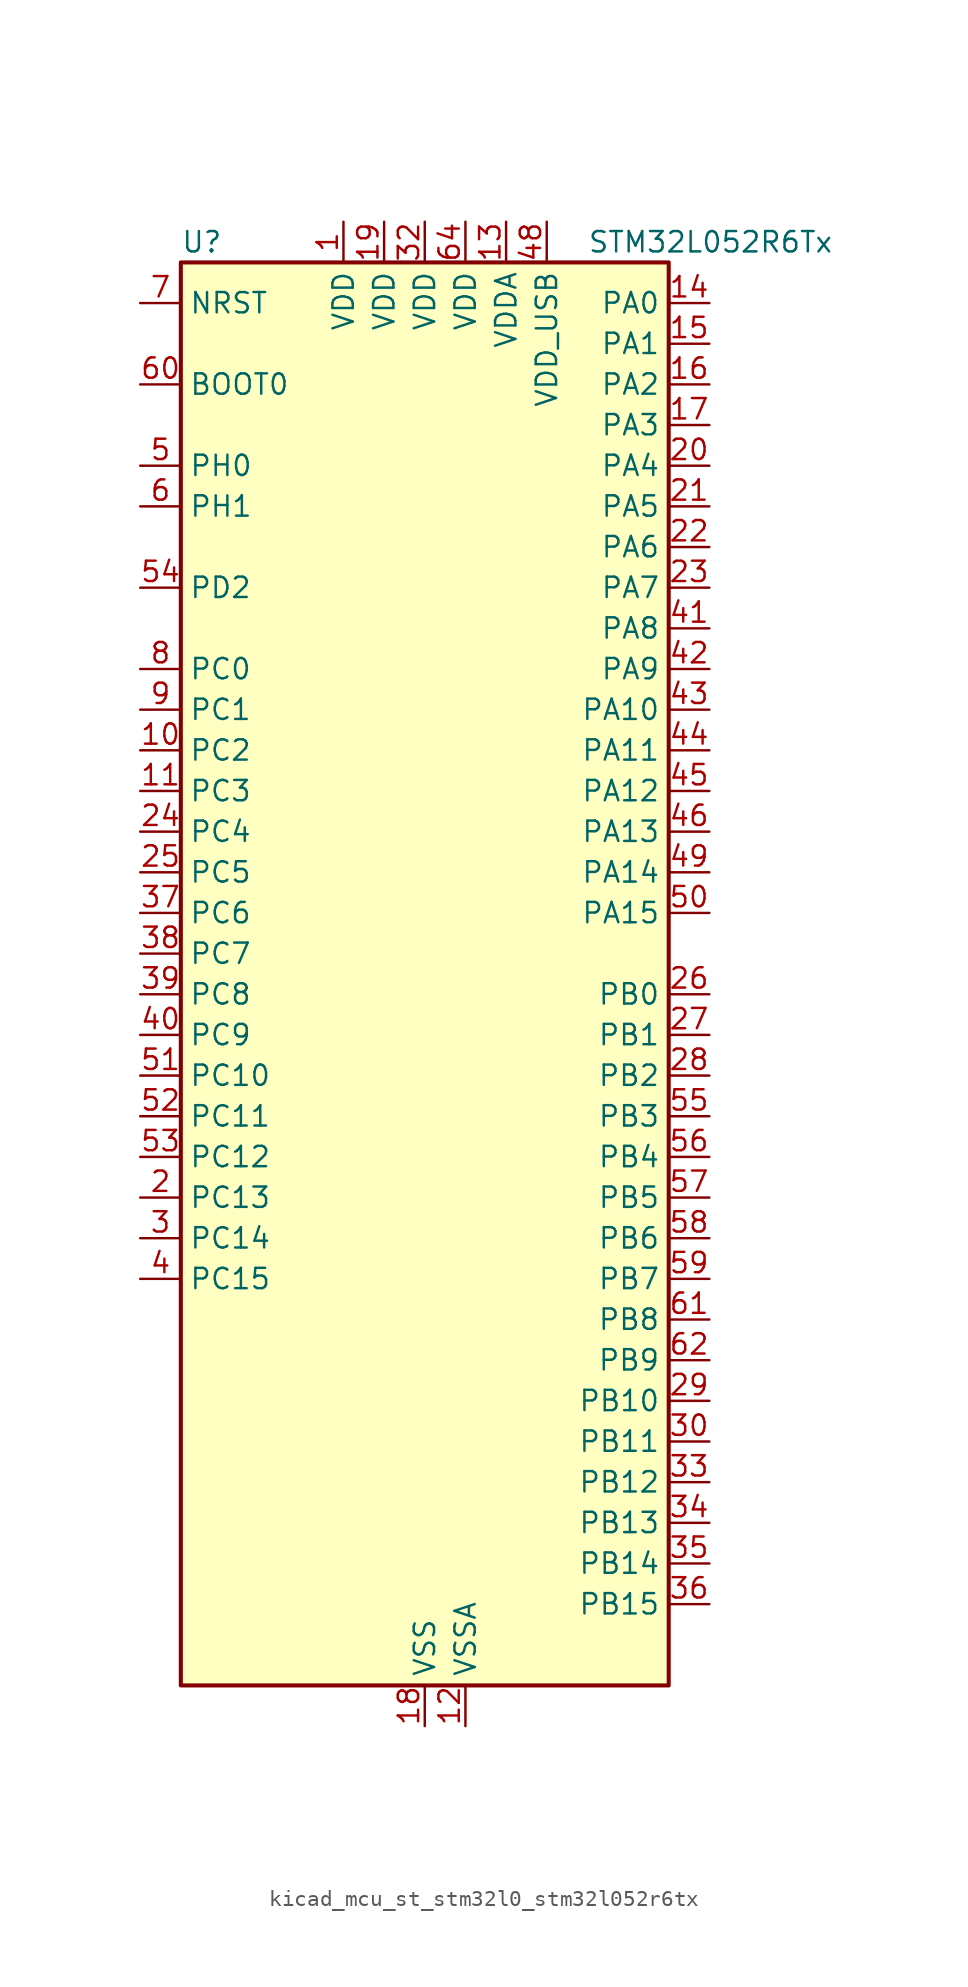
<source format=kicad_sym>
(kicad_symbol_lib
  (version 20220914)
  (generator kicad_symbol_editor)
  (symbol "kicad_mcu_st_stm32l0_stm32l052r6tx"
    (property "Reference" "U"
      (at -15.24 46.99 0)
      (effects (font (size 1.27 1.27)) (justify left)))
    (property "Value" "STM32L052R6Tx"
      (at 10.16 46.99 0)
      (effects (font (size 1.27 1.27)) (justify left)))
    (property "ki_locked" ""
      (at 0 0 0)
      (effects (font (size 1.27 1.27))))
    (symbol "kicad_mcu_st_stm32l0_stm32l052r6tx_0_1"
      (rectangle (start -15.24 -43.18) (end 15.24 45.72) (stroke (width 0.254) (type default)) (fill (type background))))
    (symbol "kicad_mcu_st_stm32l0_stm32l052r6tx_1_1"
      (pin power_in line (at -5.08 48.26 270) (length 2.54) (name "VDD" (effects (font (size 1.27 1.27)))) (number "1" (effects (font (size 1.27 1.27)))))
      (pin bidirectional line (at -17.78 15.24 0) (length 2.54) (name "PC2" (effects (font (size 1.27 1.27)))) (number "10" (effects (font (size 1.27 1.27)))) (alternate "ADC_IN12" bidirectional line) (alternate "I2S2_MCK" bidirectional line) (alternate "LPTIM1_IN2" bidirectional line) (alternate "SPI2_MISO" bidirectional line) (alternate "TSC_G7_IO3" bidirectional line))
      (pin bidirectional line (at -17.78 12.7 0) (length 2.54) (name "PC3" (effects (font (size 1.27 1.27)))) (number "11" (effects (font (size 1.27 1.27)))) (alternate "ADC_IN13" bidirectional line) (alternate "I2S2_SD" bidirectional line) (alternate "LPTIM1_ETR" bidirectional line) (alternate "SPI2_MOSI" bidirectional line) (alternate "TSC_G7_IO4" bidirectional line))
      (pin power_in line (at 2.54 -45.72 90) (length 2.54) (name "VSSA" (effects (font (size 1.27 1.27)))) (number "12" (effects (font (size 1.27 1.27)))))
      (pin power_in line (at 5.08 48.26 270) (length 2.54) (name "VDDA" (effects (font (size 1.27 1.27)))) (number "13" (effects (font (size 1.27 1.27)))))
      (pin bidirectional line (at 17.78 43.18 180) (length 2.54) (name "PA0" (effects (font (size 1.27 1.27)))) (number "14" (effects (font (size 1.27 1.27)))) (alternate "ADC_IN0" bidirectional line) (alternate "COMP1_INM" bidirectional line) (alternate "COMP1_OUT" bidirectional line) (alternate "RTC_TAMP2" bidirectional line) (alternate "SYS_WKUP1" bidirectional line) (alternate "TIM2_CH1" bidirectional line) (alternate "TIM2_ETR" bidirectional line) (alternate "TSC_G1_IO1" bidirectional line) (alternate "USART2_CTS" bidirectional line))
      (pin bidirectional line (at 17.78 40.64 180) (length 2.54) (name "PA1" (effects (font (size 1.27 1.27)))) (number "15" (effects (font (size 1.27 1.27)))) (alternate "ADC_IN1" bidirectional line) (alternate "COMP1_INP" bidirectional line) (alternate "TIM21_ETR" bidirectional line) (alternate "TIM2_CH2" bidirectional line) (alternate "TSC_G1_IO2" bidirectional line) (alternate "USART2_DE" bidirectional line) (alternate "USART2_RTS" bidirectional line))
      (pin bidirectional line (at 17.78 38.1 180) (length 2.54) (name "PA2" (effects (font (size 1.27 1.27)))) (number "16" (effects (font (size 1.27 1.27)))) (alternate "ADC_IN2" bidirectional line) (alternate "COMP2_INM" bidirectional line) (alternate "COMP2_OUT" bidirectional line) (alternate "TIM21_CH1" bidirectional line) (alternate "TIM2_CH3" bidirectional line) (alternate "TSC_G1_IO3" bidirectional line) (alternate "USART2_TX" bidirectional line))
      (pin bidirectional line (at 17.78 35.56 180) (length 2.54) (name "PA3" (effects (font (size 1.27 1.27)))) (number "17" (effects (font (size 1.27 1.27)))) (alternate "ADC_IN3" bidirectional line) (alternate "COMP2_INP" bidirectional line) (alternate "TIM21_CH2" bidirectional line) (alternate "TIM2_CH4" bidirectional line) (alternate "TSC_G1_IO4" bidirectional line) (alternate "USART2_RX" bidirectional line))
      (pin power_in line (at 0 -45.72 90) (length 2.54) (name "VSS" (effects (font (size 1.27 1.27)))) (number "18" (effects (font (size 1.27 1.27)))))
      (pin power_in line (at -2.54 48.26 270) (length 2.54) (name "VDD" (effects (font (size 1.27 1.27)))) (number "19" (effects (font (size 1.27 1.27)))))
      (pin bidirectional line (at -17.78 -12.7 0) (length 2.54) (name "PC13" (effects (font (size 1.27 1.27)))) (number "2" (effects (font (size 1.27 1.27)))) (alternate "RTC_OUT_ALARM" bidirectional line) (alternate "RTC_OUT_CALIB" bidirectional line) (alternate "RTC_TAMP1" bidirectional line) (alternate "RTC_TS" bidirectional line) (alternate "SYS_WKUP2" bidirectional line))
      (pin bidirectional line (at 17.78 33.02 180) (length 2.54) (name "PA4" (effects (font (size 1.27 1.27)))) (number "20" (effects (font (size 1.27 1.27)))) (alternate "ADC_IN4" bidirectional line) (alternate "COMP1_INM" bidirectional line) (alternate "COMP2_INM" bidirectional line) (alternate "DAC_OUT1" bidirectional line) (alternate "SPI1_NSS" bidirectional line) (alternate "TIM22_ETR" bidirectional line) (alternate "TSC_G2_IO1" bidirectional line) (alternate "USART2_CK" bidirectional line))
      (pin bidirectional line (at 17.78 30.48 180) (length 2.54) (name "PA5" (effects (font (size 1.27 1.27)))) (number "21" (effects (font (size 1.27 1.27)))) (alternate "ADC_IN5" bidirectional line) (alternate "COMP1_INM" bidirectional line) (alternate "COMP2_INM" bidirectional line) (alternate "SPI1_SCK" bidirectional line) (alternate "TIM2_CH1" bidirectional line) (alternate "TIM2_ETR" bidirectional line) (alternate "TSC_G2_IO2" bidirectional line))
      (pin bidirectional line (at 17.78 27.94 180) (length 2.54) (name "PA6" (effects (font (size 1.27 1.27)))) (number "22" (effects (font (size 1.27 1.27)))) (alternate "ADC_IN6" bidirectional line) (alternate "COMP1_OUT" bidirectional line) (alternate "LPUART1_CTS" bidirectional line) (alternate "SPI1_MISO" bidirectional line) (alternate "TIM22_CH1" bidirectional line) (alternate "TSC_G2_IO3" bidirectional line))
      (pin bidirectional line (at 17.78 25.4 180) (length 2.54) (name "PA7" (effects (font (size 1.27 1.27)))) (number "23" (effects (font (size 1.27 1.27)))) (alternate "ADC_IN7" bidirectional line) (alternate "COMP2_OUT" bidirectional line) (alternate "SPI1_MOSI" bidirectional line) (alternate "TIM22_CH2" bidirectional line) (alternate "TSC_G2_IO4" bidirectional line))
      (pin bidirectional line (at -17.78 10.16 0) (length 2.54) (name "PC4" (effects (font (size 1.27 1.27)))) (number "24" (effects (font (size 1.27 1.27)))) (alternate "ADC_IN14" bidirectional line) (alternate "LPUART1_TX" bidirectional line))
      (pin bidirectional line (at -17.78 7.62 0) (length 2.54) (name "PC5" (effects (font (size 1.27 1.27)))) (number "25" (effects (font (size 1.27 1.27)))) (alternate "ADC_IN15" bidirectional line) (alternate "LPUART1_RX" bidirectional line) (alternate "TSC_G3_IO1" bidirectional line))
      (pin bidirectional line (at 17.78 0 180) (length 2.54) (name "PB0" (effects (font (size 1.27 1.27)))) (number "26" (effects (font (size 1.27 1.27)))) (alternate "ADC_IN8" bidirectional line) (alternate "SYS_VREF_OUT_PB0" bidirectional line) (alternate "TSC_G3_IO2" bidirectional line))
      (pin bidirectional line (at 17.78 -2.54 180) (length 2.54) (name "PB1" (effects (font (size 1.27 1.27)))) (number "27" (effects (font (size 1.27 1.27)))) (alternate "ADC_IN9" bidirectional line) (alternate "LPUART1_DE" bidirectional line) (alternate "LPUART1_RTS" bidirectional line) (alternate "SYS_VREF_OUT_PB1" bidirectional line) (alternate "TSC_G3_IO3" bidirectional line))
      (pin bidirectional line (at 17.78 -5.08 180) (length 2.54) (name "PB2" (effects (font (size 1.27 1.27)))) (number "28" (effects (font (size 1.27 1.27)))) (alternate "LPTIM1_OUT" bidirectional line) (alternate "TSC_G3_IO4" bidirectional line))
      (pin bidirectional line (at 17.78 -25.4 180) (length 2.54) (name "PB10" (effects (font (size 1.27 1.27)))) (number "29" (effects (font (size 1.27 1.27)))) (alternate "I2C2_SCL" bidirectional line) (alternate "LPUART1_TX" bidirectional line) (alternate "SPI2_SCK" bidirectional line) (alternate "TIM2_CH3" bidirectional line) (alternate "TSC_SYNC" bidirectional line))
      (pin bidirectional line (at -17.78 -15.24 0) (length 2.54) (name "PC14" (effects (font (size 1.27 1.27)))) (number "3" (effects (font (size 1.27 1.27)))) (alternate "RCC_OSC32_IN" bidirectional line))
      (pin bidirectional line (at 17.78 -27.94 180) (length 2.54) (name "PB11" (effects (font (size 1.27 1.27)))) (number "30" (effects (font (size 1.27 1.27)))) (alternate "ADC_EXTI11" bidirectional line) (alternate "I2C2_SDA" bidirectional line) (alternate "LPUART1_RX" bidirectional line) (alternate "TIM2_CH4" bidirectional line) (alternate "TSC_G6_IO1" bidirectional line))
      (pin passive line (at 0 -45.72 90) (length 2.54) hide (name "VSS" (effects (font (size 1.27 1.27)))) (number "31" (effects (font (size 1.27 1.27)))))
      (pin power_in line (at 0 48.26 270) (length 2.54) (name "VDD" (effects (font (size 1.27 1.27)))) (number "32" (effects (font (size 1.27 1.27)))))
      (pin bidirectional line (at 17.78 -30.48 180) (length 2.54) (name "PB12" (effects (font (size 1.27 1.27)))) (number "33" (effects (font (size 1.27 1.27)))) (alternate "I2S2_WS" bidirectional line) (alternate "LPUART1_DE" bidirectional line) (alternate "LPUART1_RTS" bidirectional line) (alternate "SPI2_NSS" bidirectional line) (alternate "TSC_G6_IO2" bidirectional line))
      (pin bidirectional line (at 17.78 -33.02 180) (length 2.54) (name "PB13" (effects (font (size 1.27 1.27)))) (number "34" (effects (font (size 1.27 1.27)))) (alternate "I2C2_SCL" bidirectional line) (alternate "I2S2_CK" bidirectional line) (alternate "LPUART1_CTS" bidirectional line) (alternate "SPI2_SCK" bidirectional line) (alternate "TIM21_CH1" bidirectional line) (alternate "TSC_G6_IO3" bidirectional line))
      (pin bidirectional line (at 17.78 -35.56 180) (length 2.54) (name "PB14" (effects (font (size 1.27 1.27)))) (number "35" (effects (font (size 1.27 1.27)))) (alternate "I2C2_SDA" bidirectional line) (alternate "I2S2_MCK" bidirectional line) (alternate "LPUART1_DE" bidirectional line) (alternate "LPUART1_RTS" bidirectional line) (alternate "RTC_OUT_ALARM" bidirectional line) (alternate "RTC_OUT_CALIB" bidirectional line) (alternate "SPI2_MISO" bidirectional line) (alternate "TIM21_CH2" bidirectional line) (alternate "TSC_G6_IO4" bidirectional line))
      (pin bidirectional line (at 17.78 -38.1 180) (length 2.54) (name "PB15" (effects (font (size 1.27 1.27)))) (number "36" (effects (font (size 1.27 1.27)))) (alternate "I2S2_SD" bidirectional line) (alternate "RTC_REFIN" bidirectional line) (alternate "SPI2_MOSI" bidirectional line))
      (pin bidirectional line (at -17.78 5.08 0) (length 2.54) (name "PC6" (effects (font (size 1.27 1.27)))) (number "37" (effects (font (size 1.27 1.27)))) (alternate "TIM22_CH1" bidirectional line) (alternate "TSC_G8_IO1" bidirectional line))
      (pin bidirectional line (at -17.78 2.54 0) (length 2.54) (name "PC7" (effects (font (size 1.27 1.27)))) (number "38" (effects (font (size 1.27 1.27)))) (alternate "TIM22_CH2" bidirectional line) (alternate "TSC_G8_IO2" bidirectional line))
      (pin bidirectional line (at -17.78 0 0) (length 2.54) (name "PC8" (effects (font (size 1.27 1.27)))) (number "39" (effects (font (size 1.27 1.27)))) (alternate "TIM22_ETR" bidirectional line) (alternate "TSC_G8_IO3" bidirectional line))
      (pin bidirectional line (at -17.78 -17.78 0) (length 2.54) (name "PC15" (effects (font (size 1.27 1.27)))) (number "4" (effects (font (size 1.27 1.27)))) (alternate "RCC_OSC32_OUT" bidirectional line))
      (pin bidirectional line (at -17.78 -2.54 0) (length 2.54) (name "PC9" (effects (font (size 1.27 1.27)))) (number "40" (effects (font (size 1.27 1.27)))) (alternate "DAC_EXTI9" bidirectional line) (alternate "TIM21_ETR" bidirectional line) (alternate "TSC_G8_IO4" bidirectional line) (alternate "USB_NOE" bidirectional line))
      (pin bidirectional line (at 17.78 22.86 180) (length 2.54) (name "PA8" (effects (font (size 1.27 1.27)))) (number "41" (effects (font (size 1.27 1.27)))) (alternate "CRS_SYNC" bidirectional line) (alternate "RCC_MCO" bidirectional line) (alternate "USART1_CK" bidirectional line))
      (pin bidirectional line (at 17.78 20.32 180) (length 2.54) (name "PA9" (effects (font (size 1.27 1.27)))) (number "42" (effects (font (size 1.27 1.27)))) (alternate "DAC_EXTI9" bidirectional line) (alternate "RCC_MCO" bidirectional line) (alternate "TSC_G4_IO1" bidirectional line) (alternate "USART1_TX" bidirectional line))
      (pin bidirectional line (at 17.78 17.78 180) (length 2.54) (name "PA10" (effects (font (size 1.27 1.27)))) (number "43" (effects (font (size 1.27 1.27)))) (alternate "TSC_G4_IO2" bidirectional line) (alternate "USART1_RX" bidirectional line))
      (pin bidirectional line (at 17.78 15.24 180) (length 2.54) (name "PA11" (effects (font (size 1.27 1.27)))) (number "44" (effects (font (size 1.27 1.27)))) (alternate "ADC_EXTI11" bidirectional line) (alternate "COMP1_OUT" bidirectional line) (alternate "SPI1_MISO" bidirectional line) (alternate "TSC_G4_IO3" bidirectional line) (alternate "USART1_CTS" bidirectional line) (alternate "USB_DM" bidirectional line))
      (pin bidirectional line (at 17.78 12.7 180) (length 2.54) (name "PA12" (effects (font (size 1.27 1.27)))) (number "45" (effects (font (size 1.27 1.27)))) (alternate "COMP2_OUT" bidirectional line) (alternate "SPI1_MOSI" bidirectional line) (alternate "TSC_G4_IO4" bidirectional line) (alternate "USART1_DE" bidirectional line) (alternate "USART1_RTS" bidirectional line) (alternate "USB_DP" bidirectional line))
      (pin bidirectional line (at 17.78 10.16 180) (length 2.54) (name "PA13" (effects (font (size 1.27 1.27)))) (number "46" (effects (font (size 1.27 1.27)))) (alternate "SYS_SWDIO" bidirectional line) (alternate "USB_NOE" bidirectional line))
      (pin passive line (at 0 -45.72 90) (length 2.54) hide (name "VSS" (effects (font (size 1.27 1.27)))) (number "47" (effects (font (size 1.27 1.27)))))
      (pin power_in line (at 7.62 48.26 270) (length 2.54) (name "VDD_USB" (effects (font (size 1.27 1.27)))) (number "48" (effects (font (size 1.27 1.27)))))
      (pin bidirectional line (at 17.78 7.62 180) (length 2.54) (name "PA14" (effects (font (size 1.27 1.27)))) (number "49" (effects (font (size 1.27 1.27)))) (alternate "SYS_SWCLK" bidirectional line) (alternate "USART2_TX" bidirectional line))
      (pin bidirectional line (at -17.78 33.02 0) (length 2.54) (name "PH0" (effects (font (size 1.27 1.27)))) (number "5" (effects (font (size 1.27 1.27)))) (alternate "CRS_SYNC" bidirectional line) (alternate "RCC_OSC_IN" bidirectional line))
      (pin bidirectional line (at 17.78 5.08 180) (length 2.54) (name "PA15" (effects (font (size 1.27 1.27)))) (number "50" (effects (font (size 1.27 1.27)))) (alternate "SPI1_NSS" bidirectional line) (alternate "TIM2_CH1" bidirectional line) (alternate "TIM2_ETR" bidirectional line) (alternate "USART2_RX" bidirectional line))
      (pin bidirectional line (at -17.78 -5.08 0) (length 2.54) (name "PC10" (effects (font (size 1.27 1.27)))) (number "51" (effects (font (size 1.27 1.27)))) (alternate "LPUART1_TX" bidirectional line))
      (pin bidirectional line (at -17.78 -7.62 0) (length 2.54) (name "PC11" (effects (font (size 1.27 1.27)))) (number "52" (effects (font (size 1.27 1.27)))) (alternate "ADC_EXTI11" bidirectional line) (alternate "LPUART1_RX" bidirectional line))
      (pin bidirectional line (at -17.78 -10.16 0) (length 2.54) (name "PC12" (effects (font (size 1.27 1.27)))) (number "53" (effects (font (size 1.27 1.27)))))
      (pin bidirectional line (at -17.78 25.4 0) (length 2.54) (name "PD2" (effects (font (size 1.27 1.27)))) (number "54" (effects (font (size 1.27 1.27)))) (alternate "LPUART1_DE" bidirectional line) (alternate "LPUART1_RTS" bidirectional line))
      (pin bidirectional line (at 17.78 -7.62 180) (length 2.54) (name "PB3" (effects (font (size 1.27 1.27)))) (number "55" (effects (font (size 1.27 1.27)))) (alternate "COMP2_INM" bidirectional line) (alternate "SPI1_SCK" bidirectional line) (alternate "TIM2_CH2" bidirectional line) (alternate "TSC_G5_IO1" bidirectional line))
      (pin bidirectional line (at 17.78 -10.16 180) (length 2.54) (name "PB4" (effects (font (size 1.27 1.27)))) (number "56" (effects (font (size 1.27 1.27)))) (alternate "COMP2_INP" bidirectional line) (alternate "SPI1_MISO" bidirectional line) (alternate "TIM22_CH1" bidirectional line) (alternate "TSC_G5_IO2" bidirectional line))
      (pin bidirectional line (at 17.78 -12.7 180) (length 2.54) (name "PB5" (effects (font (size 1.27 1.27)))) (number "57" (effects (font (size 1.27 1.27)))) (alternate "COMP2_INP" bidirectional line) (alternate "I2C1_SMBA" bidirectional line) (alternate "LPTIM1_IN1" bidirectional line) (alternate "SPI1_MOSI" bidirectional line) (alternate "TIM22_CH2" bidirectional line))
      (pin bidirectional line (at 17.78 -15.24 180) (length 2.54) (name "PB6" (effects (font (size 1.27 1.27)))) (number "58" (effects (font (size 1.27 1.27)))) (alternate "COMP2_INP" bidirectional line) (alternate "I2C1_SCL" bidirectional line) (alternate "LPTIM1_ETR" bidirectional line) (alternate "TSC_G5_IO3" bidirectional line) (alternate "USART1_TX" bidirectional line))
      (pin bidirectional line (at 17.78 -17.78 180) (length 2.54) (name "PB7" (effects (font (size 1.27 1.27)))) (number "59" (effects (font (size 1.27 1.27)))) (alternate "COMP2_INP" bidirectional line) (alternate "I2C1_SDA" bidirectional line) (alternate "LPTIM1_IN2" bidirectional line) (alternate "SYS_PVD_IN" bidirectional line) (alternate "TSC_G5_IO4" bidirectional line) (alternate "USART1_RX" bidirectional line))
      (pin bidirectional line (at -17.78 30.48 0) (length 2.54) (name "PH1" (effects (font (size 1.27 1.27)))) (number "6" (effects (font (size 1.27 1.27)))) (alternate "RCC_OSC_OUT" bidirectional line))
      (pin input line (at -17.78 38.1 0) (length 2.54) (name "BOOT0" (effects (font (size 1.27 1.27)))) (number "60" (effects (font (size 1.27 1.27)))))
      (pin bidirectional line (at 17.78 -20.32 180) (length 2.54) (name "PB8" (effects (font (size 1.27 1.27)))) (number "61" (effects (font (size 1.27 1.27)))) (alternate "I2C1_SCL" bidirectional line) (alternate "TSC_SYNC" bidirectional line))
      (pin bidirectional line (at 17.78 -22.86 180) (length 2.54) (name "PB9" (effects (font (size 1.27 1.27)))) (number "62" (effects (font (size 1.27 1.27)))) (alternate "DAC_EXTI9" bidirectional line) (alternate "I2C1_SDA" bidirectional line) (alternate "I2S2_WS" bidirectional line) (alternate "SPI2_NSS" bidirectional line))
      (pin passive line (at 0 -45.72 90) (length 2.54) hide (name "VSS" (effects (font (size 1.27 1.27)))) (number "63" (effects (font (size 1.27 1.27)))))
      (pin power_in line (at 2.54 48.26 270) (length 2.54) (name "VDD" (effects (font (size 1.27 1.27)))) (number "64" (effects (font (size 1.27 1.27)))))
      (pin input line (at -17.78 43.18 0) (length 2.54) (name "NRST" (effects (font (size 1.27 1.27)))) (number "7" (effects (font (size 1.27 1.27)))))
      (pin bidirectional line (at -17.78 20.32 0) (length 2.54) (name "PC0" (effects (font (size 1.27 1.27)))) (number "8" (effects (font (size 1.27 1.27)))) (alternate "ADC_IN10" bidirectional line) (alternate "LPTIM1_IN1" bidirectional line) (alternate "TSC_G7_IO1" bidirectional line))
      (pin bidirectional line (at -17.78 17.78 0) (length 2.54) (name "PC1" (effects (font (size 1.27 1.27)))) (number "9" (effects (font (size 1.27 1.27)))) (alternate "ADC_IN11" bidirectional line) (alternate "LPTIM1_OUT" bidirectional line) (alternate "TSC_G7_IO2" bidirectional line)))))
</source>
